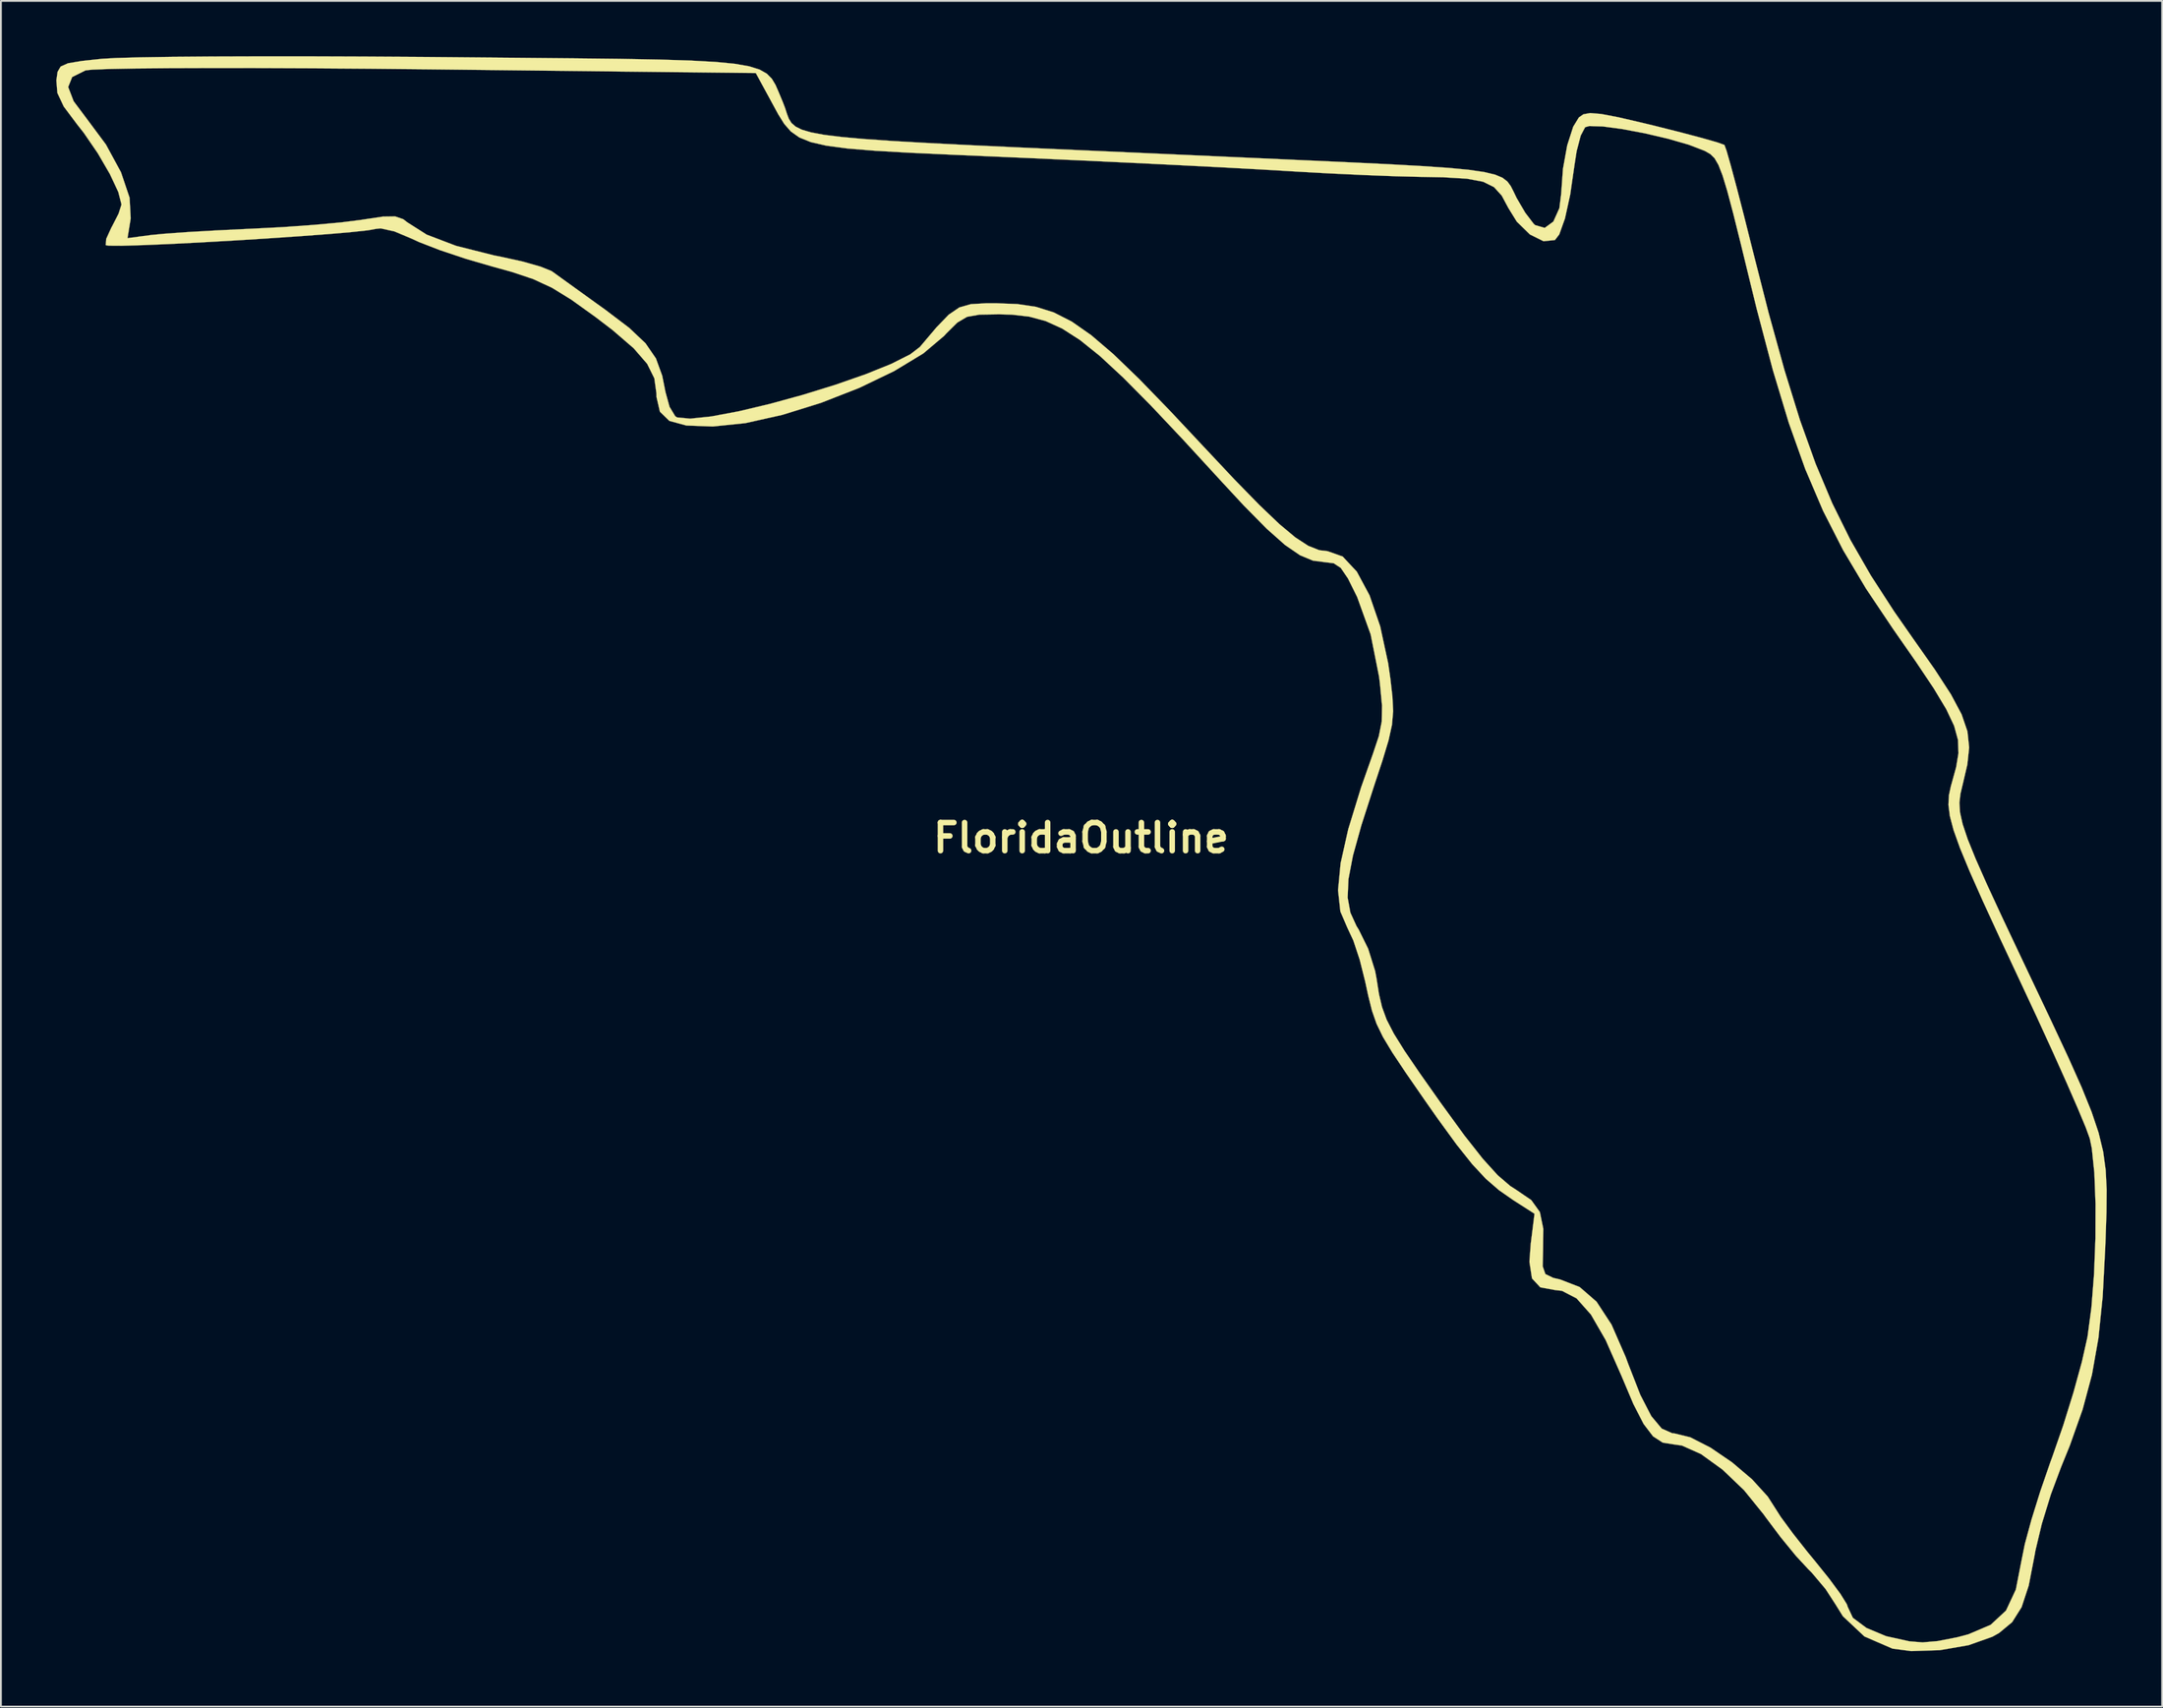
<source format=kicad_pcb>
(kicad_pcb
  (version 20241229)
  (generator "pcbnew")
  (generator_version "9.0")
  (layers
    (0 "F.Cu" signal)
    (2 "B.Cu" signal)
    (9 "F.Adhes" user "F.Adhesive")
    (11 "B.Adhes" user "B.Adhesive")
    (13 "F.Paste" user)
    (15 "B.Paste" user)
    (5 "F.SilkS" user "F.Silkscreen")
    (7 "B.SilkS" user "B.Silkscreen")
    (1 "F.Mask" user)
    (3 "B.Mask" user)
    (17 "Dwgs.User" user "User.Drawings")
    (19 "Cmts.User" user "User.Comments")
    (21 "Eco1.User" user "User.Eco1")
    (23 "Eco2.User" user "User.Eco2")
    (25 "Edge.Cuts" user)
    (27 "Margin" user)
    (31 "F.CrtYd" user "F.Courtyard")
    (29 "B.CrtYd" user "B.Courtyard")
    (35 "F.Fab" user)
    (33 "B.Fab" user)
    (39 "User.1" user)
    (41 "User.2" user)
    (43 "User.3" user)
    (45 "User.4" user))
  (footprint "FloridaOutline"
    (layer "F.Cu")
    (at 55.527 42.366)
    (property "Reference" "FloridaOutline" (at 0 0 0) (layer "F.SilkS") (effects (font (size 1.524 1.524) (thickness 0.3))))
    (attr through_hole)
    (fp_poly (pts (xy -41.829 -42.361) (xy -38.855 -42.35) (xy -35.738 -42.33) (xy -34.254 -42.317) (xy -30.629 -42.284) (xy -27.554 -42.255) (xy -24.982 -42.225) (xy -22.864 -42.186) (xy -21.153 -42.133) (xy -19.801 -42.058) (xy -18.76 -41.957) (xy -17.983 -41.821) (xy -17.422 -41.646) (xy -17.03 -41.424) (xy -16.758 -41.149) (xy -16.559 -40.816) (xy -16.385 -40.417) (xy -16.189 -39.946) (xy -16.174 -39.912) (xy -16.038 -39.557) (xy -15.939 -39.249) (xy -15.839 -38.983) (xy -15.697 -38.754) (xy -15.474 -38.557) (xy -15.132 -38.387) (xy -14.629 -38.24) (xy -13.928 -38.109) (xy -12.987 -37.992) (xy -11.769 -37.882) (xy -10.234 -37.775) (xy -8.341 -37.666) (xy -6.052 -37.55) (xy -3.327 -37.422) (xy -0.126 -37.278) (xy 3.589 -37.112) (xy 7.858 -36.92) (xy 8.218 -36.904) (xy 11.543 -36.754) (xy 14.324 -36.628) (xy 16.61 -36.518) (xy 18.453 -36.416) (xy 19.906 -36.317) (xy 21.018 -36.211) (xy 21.841 -36.091) (xy 22.428 -35.951) (xy 22.828 -35.783) (xy 23.094 -35.579) (xy 23.277 -35.332) (xy 23.429 -35.034) (xy 23.598 -34.681) (xy 24.063 -33.887) (xy 24.511 -33.298) (xy 24.599 -33.214) (xy 25.12 -33.065) (xy 25.587 -33.406) (xy 25.913 -34.13) (xy 26.011 -34.909) (xy 26.108 -36.267) (xy 26.339 -37.541) (xy 26.663 -38.549) (xy 26.969 -39.05) (xy 27.215 -39.221) (xy 27.583 -39.288) (xy 28.178 -39.238) (xy 29.105 -39.061) (xy 30.468 -38.744) (xy 31.06 -38.601) (xy 32.456 -38.25) (xy 33.631 -37.939) (xy 34.467 -37.7) (xy 34.85 -37.563) (xy 34.858 -37.557) (xy 34.975 -37.232) (xy 35.207 -36.42) (xy 35.529 -35.216) (xy 35.917 -33.714) (xy 36.328 -32.075) (xy 37.249 -28.46) (xy 38.111 -25.347) (xy 38.948 -22.648) (xy 39.799 -20.275) (xy 40.697 -18.14) (xy 41.68 -16.154) (xy 42.785 -14.231) (xy 44.046 -12.282) (xy 45.053 -10.838) (xy 46.257 -9.124) (xy 47.13 -7.779) (xy 47.707 -6.696) (xy 48.023 -5.772) (xy 48.115 -4.902) (xy 48.018 -3.982) (xy 47.767 -2.907) (xy 47.759 -2.876) (xy 47.642 -2.383) (xy 47.588 -1.908) (xy 47.62 -1.386) (xy 47.762 -0.749) (xy 48.036 0.069) (xy 48.467 1.134) (xy 49.077 2.512) (xy 49.891 4.271) (xy 50.931 6.475) (xy 51.403 7.471) (xy 52.559 9.909) (xy 53.486 11.893) (xy 54.207 13.508) (xy 54.746 14.84) (xy 55.128 15.976) (xy 55.376 17.002) (xy 55.514 18.004) (xy 55.566 19.068) (xy 55.556 20.281) (xy 55.508 21.728) (xy 55.49 22.198) (xy 55.349 24.867) (xy 55.12 27.108) (xy 54.77 29.088) (xy 54.264 30.973) (xy 53.57 32.932) (xy 53.095 34.101) (xy 52.544 35.577) (xy 52.052 37.177) (xy 51.71 38.606) (xy 51.661 38.882) (xy 51.342 40.524) (xy 50.958 41.69) (xy 50.445 42.504) (xy 49.739 43.09) (xy 49.371 43.296) (xy 48.085 43.752) (xy 46.523 44.023) (xy 44.975 44.073) (xy 43.964 43.939) (xy 42.441 43.28) (xy 41.273 42.182) (xy 40.885 41.556) (xy 40.335 40.708) (xy 39.591 39.825) (xy 39.391 39.625) (xy 38.729 38.91) (xy 37.903 37.9) (xy 37.078 36.8) (xy 36.984 36.667) (xy 35.921 35.354) (xy 34.749 34.233) (xy 33.587 33.394) (xy 32.552 32.932) (xy 32.122 32.871) (xy 31.515 32.775) (xy 30.988 32.432) (xy 30.477 31.761) (xy 29.921 30.678) (xy 29.274 29.147) (xy 28.422 27.215) (xy 27.623 25.832) (xy 26.845 24.956) (xy 26.055 24.547) (xy 25.68 24.504) (xy 24.88 24.358) (xy 24.43 23.873) (xy 24.291 22.971) (xy 24.362 22.003) (xy 24.566 20.367) (xy 23.414 19.63) (xy 22.641 19.091) (xy 21.927 18.472) (xy 21.19 17.68) (xy 20.347 16.622) (xy 19.315 15.204) (xy 18.607 14.194) (xy 17.594 12.729) (xy 16.864 11.634) (xy 16.355 10.788) (xy 16.007 10.072) (xy 15.761 9.366) (xy 15.557 8.548) (xy 15.392 7.783) (xy 15.096 6.603) (xy 14.749 5.557) (xy 14.433 4.881) (xy 14.048 3.989) (xy 13.921 2.836) (xy 14.061 1.368) (xy 14.474 -0.472) (xy 15.17 -2.738) (xy 15.816 -4.571) (xy 16.132 -5.518) (xy 16.289 -6.312) (xy 16.303 -7.181) (xy 16.192 -8.352) (xy 16.145 -8.738) (xy 15.689 -11.029) (xy 14.958 -13.057) (xy 14.458 -14.064) (xy 14.069 -14.635) (xy 13.684 -14.888) (xy 13.239 -14.942) (xy 12.564 -15.029) (xy 11.857 -15.324) (xy 11.045 -15.881) (xy 10.06 -16.755) (xy 8.831 -18) (xy 7.622 -19.304) (xy 5.524 -21.588) (xy 3.76 -23.458) (xy 2.277 -24.954) (xy 1.021 -26.118) (xy -0.063 -26.989) (xy -1.028 -27.609) (xy -1.927 -28.017) (xy -2.815 -28.255) (xy -3.746 -28.362) (xy -4.442 -28.382) (xy -5.501 -28.364) (xy -6.183 -28.243) (xy -6.71 -27.931) (xy -7.304 -27.343) (xy -7.43 -27.205) (xy -8.553 -26.258) (xy -10.13 -25.303) (xy -12.022 -24.392) (xy -14.09 -23.583) (xy -16.194 -22.928) (xy -18.194 -22.482) (xy -19.951 -22.301) (xy -19.969 -22.301) (xy -21.386 -22.353) (xy -22.309 -22.603) (xy -22.82 -23.099) (xy -23.004 -23.892) (xy -23.009 -24.098) (xy -23.123 -24.912) (xy -23.511 -25.696) (xy -24.243 -26.54) (xy -25.388 -27.528) (xy -26.322 -28.242) (xy -27.615 -29.169) (xy -28.663 -29.816) (xy -29.679 -30.287) (xy -30.876 -30.686) (xy -31.876 -30.963) (xy -33.319 -31.383) (xy -34.722 -31.851) (xy -35.866 -32.294) (xy -36.263 -32.477) (xy -37.205 -32.873) (xy -37.951 -33.039) (xy -38.205 -33.012) (xy -38.645 -32.933) (xy -39.56 -32.835) (xy -40.852 -32.724) (xy -42.418 -32.607) (xy -44.16 -32.488) (xy -45.977 -32.375) (xy -47.769 -32.273) (xy -49.434 -32.189) (xy -50.874 -32.128) (xy -51.987 -32.096) (xy -52.673 -32.1) (xy -52.846 -32.127) (xy -52.822 -32.467) (xy -52.545 -33.076) (xy -52.503 -33.15) (xy -52.152 -33.836) (xy -51.996 -34.324) (xy -51.995 -34.339) (xy -52.167 -35.009) (xy -52.624 -35.985) (xy -53.276 -37.106) (xy -54.034 -38.212) (xy -54.402 -38.68) (xy -55.122 -39.642) (xy -55.469 -40.38) (xy -55.494 -40.699) (xy -54.883 -40.699) (xy -54.587 -39.929) (xy -53.95 -39.079) (xy -52.839 -37.585) (xy -52.022 -36.081) (xy -51.556 -34.698) (xy -51.495 -33.58) (xy -51.669 -32.508) (xy -50.413 -32.675) (xy -49.646 -32.75) (xy -48.437 -32.836) (xy -46.938 -32.923) (xy -45.304 -33.003) (xy -44.973 -33.017) (xy -43.255 -33.106) (xy -41.567 -33.227) (xy -40.092 -33.362) (xy -39.009 -33.498) (xy -38.91 -33.515) (xy -37.833 -33.675) (xy -37.164 -33.685) (xy -36.728 -33.535) (xy -36.509 -33.366) (xy -35.455 -32.697) (xy -33.867 -32.092) (xy -31.808 -31.573) (xy -31.414 -31.495) (xy -30.256 -31.24) (xy -29.286 -30.964) (xy -28.693 -30.724) (xy -28.651 -30.696) (xy -28.197 -30.368) (xy -27.394 -29.789) (xy -26.377 -29.056) (xy -25.786 -28.632) (xy -24.483 -27.643) (xy -23.601 -26.809) (xy -23.039 -25.991) (xy -22.697 -25.051) (xy -22.521 -24.169) (xy -22.301 -23.368) (xy -21.991 -22.855) (xy -21.893 -22.792) (xy -21.182 -22.724) (xy -20.031 -22.845) (xy -18.554 -23.123) (xy -16.866 -23.524) (xy -15.081 -24.014) (xy -13.313 -24.561) (xy -11.677 -25.132) (xy -10.288 -25.692) (xy -9.259 -26.21) (xy -8.736 -26.611) (xy -7.835 -27.675) (xy -7.171 -28.362) (xy -6.598 -28.753) (xy -5.973 -28.931) (xy -5.151 -28.979) (xy -4.58 -28.979) (xy -3.455 -28.936) (xy -2.443 -28.785) (xy -1.481 -28.483) (xy -0.505 -27.985) (xy 0.548 -27.248) (xy 1.742 -26.228) (xy 3.14 -24.88) (xy 4.805 -23.162) (xy 6.589 -21.259) (xy 8.288 -19.449) (xy 9.654 -18.049) (xy 10.743 -17.009) (xy 11.61 -16.286) (xy 12.309 -15.831) (xy 12.895 -15.598) (xy 13.361 -15.54) (xy 14.172 -15.251) (xy 14.938 -14.432) (xy 15.627 -13.149) (xy 16.204 -11.47) (xy 16.637 -9.463) (xy 16.755 -8.64) (xy 16.868 -7.652) (xy 16.906 -6.869) (xy 16.844 -6.136) (xy 16.659 -5.296) (xy 16.326 -4.193) (xy 15.862 -2.789) (xy 15.184 -0.685) (xy 14.728 0.959) (xy 14.484 2.235) (xy 14.441 3.236) (xy 14.59 4.052) (xy 14.921 4.777) (xy 15.037 4.962) (xy 15.551 6.003) (xy 15.931 7.218) (xy 16.006 7.62) (xy 16.138 8.458) (xy 16.303 9.167) (xy 16.553 9.849) (xy 16.942 10.605) (xy 17.521 11.535) (xy 18.343 12.742) (xy 19.46 14.326) (xy 19.532 14.426) (xy 20.773 16.133) (xy 21.768 17.395) (xy 22.574 18.284) (xy 23.253 18.867) (xy 23.569 19.069) (xy 24.39 19.629) (xy 24.856 20.277) (xy 25.041 21.181) (xy 25.028 22.393) (xy 25.009 23.218) (xy 25.155 23.639) (xy 25.578 23.844) (xy 25.947 23.929) (xy 27.014 24.342) (xy 27.927 25.136) (xy 28.739 26.378) (xy 29.507 28.138) (xy 29.64 28.501) (xy 30.299 30.186) (xy 30.893 31.338) (xy 31.458 32.013) (xy 32.031 32.267) (xy 32.135 32.273) (xy 33.005 32.485) (xy 34.101 33.045) (xy 35.269 33.842) (xy 36.353 34.763) (xy 37.201 35.695) (xy 37.521 36.194) (xy 37.908 36.801) (xy 38.57 37.702) (xy 39.389 38.74) (xy 39.747 39.174) (xy 40.53 40.147) (xy 41.14 40.973) (xy 41.488 41.533) (xy 41.536 41.676) (xy 41.813 42.268) (xy 42.552 42.819) (xy 43.62 43.266) (xy 44.882 43.544) (xy 45.591 43.601) (xy 46.415 43.53) (xy 47.489 43.319) (xy 48.07 43.164) (xy 49.281 42.649) (xy 50.113 41.877) (xy 50.645 40.74) (xy 50.948 39.192) (xy 51.133 38.273) (xy 51.489 36.961) (xy 51.968 35.421) (xy 52.522 33.815) (xy 52.62 33.549) (xy 53.215 31.836) (xy 53.77 30.048) (xy 54.226 28.391) (xy 54.522 27.071) (xy 54.533 27.011) (xy 54.741 25.451) (xy 54.883 23.632) (xy 54.958 21.707) (xy 54.964 19.829) (xy 54.899 18.151) (xy 54.762 16.825) (xy 54.65 16.286) (xy 54.435 15.695) (xy 54 14.652) (xy 53.385 13.242) (xy 52.627 11.552) (xy 51.764 9.668) (xy 50.948 7.919) (xy 49.782 5.43) (xy 48.854 3.415) (xy 48.142 1.81) (xy 47.621 0.551) (xy 47.271 -0.428) (xy 47.07 -1.19) (xy 46.993 -1.799) (xy 47.021 -2.319) (xy 47.129 -2.816) (xy 47.167 -2.948) (xy 47.411 -3.832) (xy 47.537 -4.589) (xy 47.513 -5.307) (xy 47.303 -6.074) (xy 46.876 -6.977) (xy 46.199 -8.104) (xy 45.237 -9.542) (xy 43.98 -11.348) (xy 42.531 -13.509) (xy 41.286 -15.601) (xy 40.202 -17.728) (xy 39.235 -19.994) (xy 38.342 -22.503) (xy 37.48 -25.36) (xy 36.607 -28.668) (xy 36.279 -30.003) (xy 35.752 -32.167) (xy 35.34 -33.823) (xy 35.016 -35.046) (xy 34.755 -35.908) (xy 34.531 -36.482) (xy 34.32 -36.843) (xy 34.095 -37.063) (xy 33.831 -37.216) (xy 33.767 -37.248) (xy 32.922 -37.573) (xy 31.798 -37.897) (xy 30.546 -38.19) (xy 29.317 -38.422) (xy 28.262 -38.563) (xy 27.534 -38.584) (xy 27.309 -38.521) (xy 27.07 -38.068) (xy 26.849 -37.229) (xy 26.737 -36.51) (xy 26.5 -34.87) (xy 26.215 -33.573) (xy 25.907 -32.711) (xy 25.673 -32.406) (xy 25.055 -32.342) (xy 24.316 -32.709) (xy 23.605 -33.405) (xy 23.146 -34.148) (xy 22.789 -34.815) (xy 22.371 -35.275) (xy 21.781 -35.566) (xy 20.903 -35.73) (xy 19.624 -35.807) (xy 18.378 -35.83) (xy 17.074 -35.862) (xy 15.372 -35.927) (xy 13.466 -36.017) (xy 11.556 -36.123) (xy 11.056 -36.154) (xy 9.606 -36.239) (xy 7.673 -36.344) (xy 5.37 -36.462) (xy 2.812 -36.588) (xy 0.112 -36.715) (xy -2.617 -36.84) (xy -4.034 -36.902) (xy -6.934 -37.028) (xy -9.298 -37.138) (xy -11.19 -37.247) (xy -12.671 -37.369) (xy -13.804 -37.521) (xy -14.65 -37.715) (xy -15.272 -37.968) (xy -15.731 -38.294) (xy -16.09 -38.707) (xy -16.411 -39.224) (xy -16.756 -39.857) (xy -16.806 -39.951) (xy -17.625 -41.456) (xy -35.333 -41.658) (xy -38.581 -41.691) (xy -41.662 -41.714) (xy -44.521 -41.726) (xy -47.104 -41.728) (xy -49.356 -41.721) (xy -51.222 -41.704) (xy -52.646 -41.677) (xy -53.576 -41.641) (xy -53.938 -41.603) (xy -54.666 -41.242) (xy -54.883 -40.699) (xy -55.494 -40.699) (xy -55.522 -41.061) (xy -55.522 -41.064) (xy -55.457 -41.522) (xy -55.289 -41.809) (xy -54.892 -41.986) (xy -54.141 -42.111) (xy -53.041 -42.229) (xy -52.287 -42.272) (xy -51.001 -42.308) (xy -49.247 -42.335) (xy -47.09 -42.353) (xy -44.596 -42.361) (xy -41.829 -42.361)) (stroke (width 0.01) (type solid)) (fill yes) (layer "F.SilkS")))
  (gr_rect
    (start -3 -3)
    (end 114.098 89.445)
    (stroke (width 0.1) (type default))
    (fill no)
    (layer "Edge.Cuts")))
</source>
